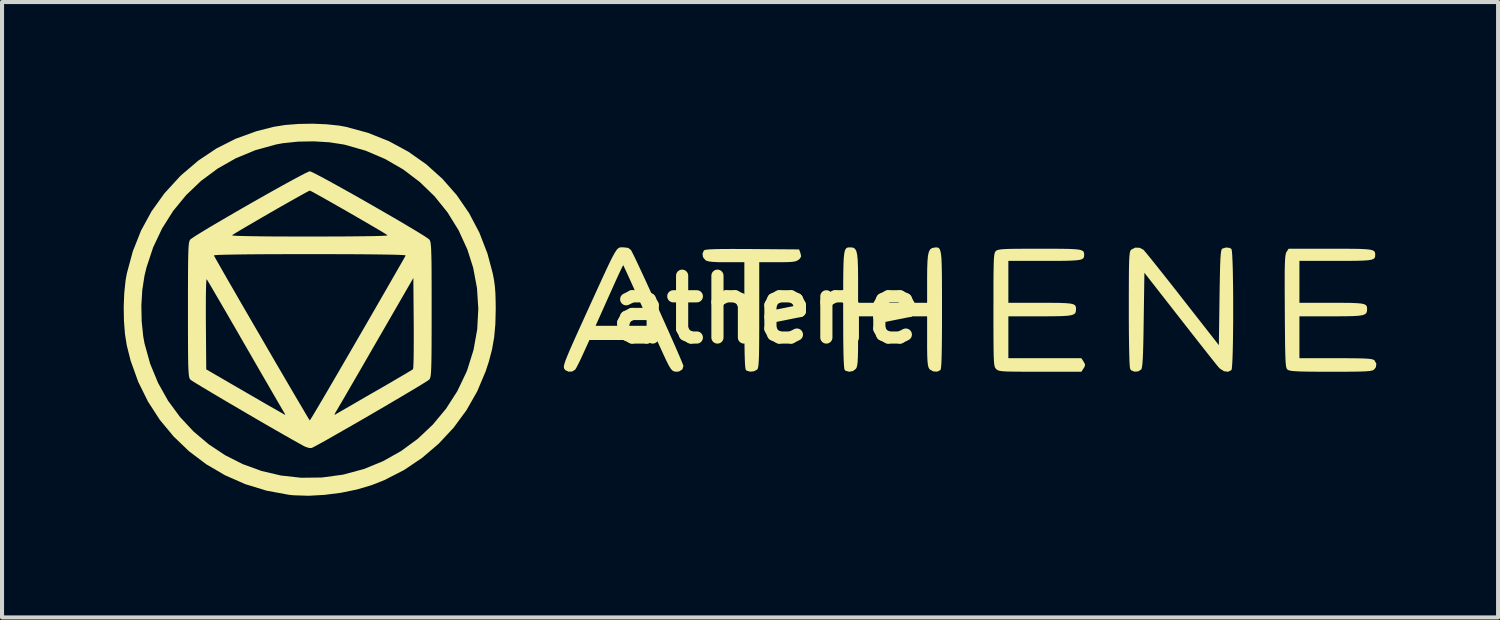
<source format=kicad_pcb>
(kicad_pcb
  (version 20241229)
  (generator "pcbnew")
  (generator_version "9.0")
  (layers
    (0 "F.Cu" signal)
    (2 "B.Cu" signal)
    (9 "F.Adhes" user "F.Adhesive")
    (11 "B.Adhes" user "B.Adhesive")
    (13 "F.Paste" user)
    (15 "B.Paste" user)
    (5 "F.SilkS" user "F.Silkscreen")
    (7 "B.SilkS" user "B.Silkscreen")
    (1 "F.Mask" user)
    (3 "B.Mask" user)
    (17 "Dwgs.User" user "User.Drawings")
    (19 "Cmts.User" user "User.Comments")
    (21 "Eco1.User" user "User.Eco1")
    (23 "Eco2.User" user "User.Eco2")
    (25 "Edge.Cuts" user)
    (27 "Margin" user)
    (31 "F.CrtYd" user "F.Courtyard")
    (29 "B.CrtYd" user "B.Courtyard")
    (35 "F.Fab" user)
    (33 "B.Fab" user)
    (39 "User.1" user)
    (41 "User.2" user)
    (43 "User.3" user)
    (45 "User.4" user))
  (footprint "athene"
    (layer "F.Cu")
    (at 15.836 4.582)
    (property "Reference" "athene" (at 0 0 0) (layer "F.SilkS") (effects (font (size 1.524 1.524) (thickness 0.3))))
    (attr through_hole)
    (fp_poly (pts (xy -0.527 -1.493) (xy -0.331 -1.492) (xy 0.816 -1.483) (xy 0.85 -1.388) (xy 0.866 -1.313) (xy 0.838 -1.259) (xy 0.805 -1.23) (xy 0.765 -1.204) (xy 0.712 -1.186) (xy 0.635 -1.175) (xy 0.52 -1.169) (xy 0.356 -1.167) (xy 0.28 -1.167) (xy -0.167 -1.167) (xy -0.167 0.131) (xy -0.167 0.464) (xy -0.168 0.736) (xy -0.17 0.955) (xy -0.173 1.125) (xy -0.178 1.254) (xy -0.184 1.347) (xy -0.192 1.411) (xy -0.202 1.452) (xy -0.215 1.476) (xy -0.219 1.481) (xy -0.298 1.522) (xy -0.395 1.531) (xy -0.479 1.505) (xy -0.494 1.493) (xy -0.505 1.464) (xy -0.514 1.397) (xy -0.521 1.287) (xy -0.526 1.131) (xy -0.53 0.923) (xy -0.533 0.66) (xy -0.534 0.337) (xy -0.534 0.143) (xy -0.534 -1.167) (xy -0.977 -1.167) (xy -1.172 -1.168) (xy -1.312 -1.175) (xy -1.407 -1.186) (xy -1.469 -1.204) (xy -1.495 -1.219) (xy -1.553 -1.291) (xy -1.566 -1.378) (xy -1.533 -1.454) (xy -1.523 -1.463) (xy -1.486 -1.474) (xy -1.402 -1.483) (xy -1.268 -1.489) (xy -1.08 -1.493) (xy -0.834 -1.494)) (stroke (width 0) (type solid)) (fill yes) (layer "F.SilkS"))
    (fp_poly (pts (xy 2.146 -1.527) (xy 2.191 -1.501) (xy 2.224 -1.449) (xy 2.246 -1.362) (xy 2.26 -1.234) (xy 2.267 -1.055) (xy 2.27 -0.819) (xy 2.27 -0.776) (xy 2.27 -0.167) (xy 3.972 -0.167) (xy 3.972 -0.758) (xy 3.974 -1.004) (xy 3.981 -1.191) (xy 3.993 -1.327) (xy 4.014 -1.42) (xy 4.044 -1.48) (xy 4.086 -1.512) (xy 4.142 -1.527) (xy 4.144 -1.527) (xy 4.189 -1.532) (xy 4.227 -1.53) (xy 4.258 -1.518) (xy 4.282 -1.489) (xy 4.301 -1.437) (xy 4.316 -1.357) (xy 4.326 -1.244) (xy 4.332 -1.092) (xy 4.336 -0.895) (xy 4.338 -0.648) (xy 4.339 -0.345) (xy 4.339 0.012) (xy 4.339 0.386) (xy 4.337 0.697) (xy 4.334 0.951) (xy 4.33 1.15) (xy 4.325 1.3) (xy 4.318 1.404) (xy 4.309 1.467) (xy 4.299 1.493) (xy 4.22 1.531) (xy 4.124 1.525) (xy 4.041 1.479) (xy 4.024 1.459) (xy 4.005 1.421) (xy 3.991 1.361) (xy 3.981 1.27) (xy 3.975 1.139) (xy 3.972 0.959) (xy 3.972 0.776) (xy 3.972 0.167) (xy 2.27 0.167) (xy 2.27 0.776) (xy 2.269 1.002) (xy 2.265 1.171) (xy 2.259 1.292) (xy 2.248 1.376) (xy 2.233 1.43) (xy 2.218 1.459) (xy 2.144 1.516) (xy 2.049 1.533) (xy 1.962 1.509) (xy 1.943 1.493) (xy 1.932 1.465) (xy 1.924 1.4) (xy 1.917 1.293) (xy 1.911 1.141) (xy 1.907 0.938) (xy 1.904 0.682) (xy 1.903 0.368) (xy 1.902 0.012) (xy 1.903 -0.348) (xy 1.903 -0.648) (xy 1.905 -0.893) (xy 1.909 -1.087) (xy 1.915 -1.238) (xy 1.925 -1.35) (xy 1.938 -1.43) (xy 1.957 -1.482) (xy 1.98 -1.513) (xy 2.009 -1.528) (xy 2.046 -1.533) (xy 2.087 -1.533)) (stroke (width 0) (type solid)) (fill yes) (layer "F.SilkS"))
    (fp_poly (pts (xy -3.531 -1.534) (xy -3.497 -1.533) (xy -3.396 -1.519) (xy -3.333 -1.471) (xy -3.324 -1.458) (xy -3.295 -1.403) (xy -3.242 -1.297) (xy -3.171 -1.147) (xy -3.084 -0.961) (xy -2.984 -0.746) (xy -2.876 -0.51) (xy -2.762 -0.259) (xy -2.645 -0.003) (xy -2.53 0.253) (xy -2.419 0.5) (xy -2.316 0.732) (xy -2.224 0.94) (xy -2.147 1.118) (xy -2.088 1.257) (xy -2.05 1.351) (xy -2.036 1.391) (xy -2.036 1.391) (xy -2.064 1.477) (xy -2.143 1.526) (xy -2.205 1.533) (xy -2.258 1.528) (xy -2.303 1.507) (xy -2.347 1.461) (xy -2.397 1.38) (xy -2.46 1.255) (xy -2.537 1.089) (xy -2.692 0.75) (xy -4.353 0.75) (xy -4.508 1.09) (xy -4.574 1.233) (xy -4.635 1.356) (xy -4.682 1.445) (xy -4.705 1.482) (xy -4.78 1.528) (xy -4.871 1.531) (xy -4.95 1.492) (xy -4.978 1.453) (xy -4.984 1.427) (xy -4.983 1.39) (xy -4.97 1.337) (xy -4.945 1.26) (xy -4.904 1.156) (xy -4.846 1.017) (xy -4.768 0.839) (xy -4.668 0.616) (xy -4.57 0.4) (xy -4.202 0.4) (xy -2.842 0.4) (xy -3.176 -0.341) (xy -3.269 -0.547) (xy -3.352 -0.732) (xy -3.423 -0.887) (xy -3.477 -1.004) (xy -3.51 -1.075) (xy -3.519 -1.092) (xy -3.536 -1.067) (xy -3.573 -0.993) (xy -3.627 -0.879) (xy -3.692 -0.737) (xy -3.705 -0.709) (xy -3.792 -0.514) (xy -3.89 -0.297) (xy -3.983 -0.088) (xy -4.041 0.042) (xy -4.202 0.4) (xy -4.57 0.4) (xy -4.544 0.343) (xy -4.439 0.111) (xy -4.276 -0.246) (xy -4.138 -0.548) (xy -4.023 -0.799) (xy -3.928 -1.004) (xy -3.851 -1.167) (xy -3.788 -1.293) (xy -3.737 -1.386) (xy -3.695 -1.453) (xy -3.66 -1.496) (xy -3.628 -1.521) (xy -3.598 -1.532) (xy -3.566 -1.535)) (stroke (width 0) (type solid)) (fill yes) (layer "F.SilkS"))
    (fp_poly (pts (xy 11.432 -1.52) (xy 11.475 -1.493) (xy 11.485 -1.451) (xy 11.494 -1.35) (xy 11.501 -1.199) (xy 11.508 -1.006) (xy 11.512 -0.78) (xy 11.516 -0.53) (xy 11.518 -0.263) (xy 11.518 0.012) (xy 11.518 0.286) (xy 11.515 0.552) (xy 11.512 0.8) (xy 11.507 1.024) (xy 11.501 1.213) (xy 11.493 1.36) (xy 11.484 1.457) (xy 11.475 1.493) (xy 11.392 1.534) (xy 11.292 1.52) (xy 11.191 1.456) (xy 11.16 1.424) (xy 11.119 1.375) (xy 11.042 1.279) (xy 10.934 1.143) (xy 10.799 0.972) (xy 10.643 0.774) (xy 10.47 0.554) (xy 10.286 0.318) (xy 10.197 0.204) (xy 9.329 -0.907) (xy 9.312 0.258) (xy 9.307 0.583) (xy 9.302 0.847) (xy 9.296 1.056) (xy 9.289 1.216) (xy 9.28 1.333) (xy 9.271 1.412) (xy 9.259 1.46) (xy 9.25 1.478) (xy 9.177 1.524) (xy 9.087 1.531) (xy 9.008 1.501) (xy 8.98 1.469) (xy 8.97 1.417) (xy 8.962 1.301) (xy 8.956 1.122) (xy 8.951 0.882) (xy 8.947 0.585) (xy 8.945 0.231) (xy 8.945 -0.009) (xy 8.945 -0.354) (xy 8.946 -0.639) (xy 8.947 -0.869) (xy 8.949 -1.051) (xy 8.953 -1.19) (xy 8.958 -1.294) (xy 8.965 -1.367) (xy 8.973 -1.417) (xy 8.984 -1.449) (xy 8.998 -1.47) (xy 9.006 -1.478) (xy 9.105 -1.527) (xy 9.216 -1.522) (xy 9.304 -1.475) (xy 9.338 -1.437) (xy 9.408 -1.352) (xy 9.511 -1.226) (xy 9.64 -1.064) (xy 9.792 -0.873) (xy 9.963 -0.657) (xy 10.147 -0.423) (xy 10.267 -0.269) (xy 11.165 0.878) (xy 11.181 -0.295) (xy 11.186 -0.613) (xy 11.191 -0.869) (xy 11.196 -1.072) (xy 11.202 -1.227) (xy 11.209 -1.34) (xy 11.218 -1.418) (xy 11.228 -1.467) (xy 11.24 -1.494) (xy 11.248 -1.501) (xy 11.34 -1.53)) (stroke (width 0) (type solid)) (fill yes) (layer "F.SilkS"))
    (fp_poly (pts (xy 7.046 -1.5) (xy 7.285 -1.498) (xy 7.471 -1.495) (xy 7.61 -1.488) (xy 7.71 -1.478) (xy 7.776 -1.462) (xy 7.816 -1.441) (xy 7.836 -1.414) (xy 7.843 -1.378) (xy 7.844 -1.35) (xy 7.841 -1.307) (xy 7.829 -1.273) (xy 7.8 -1.247) (xy 7.747 -1.228) (xy 7.663 -1.215) (xy 7.541 -1.207) (xy 7.374 -1.202) (xy 7.154 -1.2) (xy 6.874 -1.2) (xy 6.869 -1.2) (xy 5.975 -1.2) (xy 5.975 -0.167) (xy 6.769 -0.167) (xy 7.033 -0.166) (xy 7.238 -0.164) (xy 7.391 -0.158) (xy 7.5 -0.148) (xy 7.572 -0.132) (xy 7.615 -0.109) (xy 7.636 -0.078) (xy 7.643 -0.037) (xy 7.643 -0.012) (xy 7.64 0.041) (xy 7.626 0.083) (xy 7.594 0.114) (xy 7.535 0.137) (xy 7.443 0.152) (xy 7.31 0.161) (xy 7.129 0.165) (xy 6.892 0.167) (xy 6.756 0.167) (xy 5.975 0.167) (xy 5.975 1.2) (xy 7.775 1.2) (xy 7.83 1.283) (xy 7.865 1.349) (xy 7.86 1.4) (xy 7.83 1.45) (xy 7.775 1.533) (xy 6.758 1.533) (xy 6.47 1.533) (xy 6.242 1.532) (xy 6.065 1.53) (xy 5.933 1.527) (xy 5.837 1.521) (xy 5.772 1.513) (xy 5.728 1.502) (xy 5.699 1.488) (xy 5.677 1.469) (xy 5.674 1.467) (xy 5.658 1.448) (xy 5.644 1.424) (xy 5.634 1.389) (xy 5.625 1.336) (xy 5.619 1.259) (xy 5.614 1.151) (xy 5.611 1.007) (xy 5.609 0.821) (xy 5.608 0.585) (xy 5.607 0.294) (xy 5.607 0.005) (xy 5.608 -0.337) (xy 5.608 -0.619) (xy 5.609 -0.847) (xy 5.612 -1.026) (xy 5.615 -1.164) (xy 5.62 -1.266) (xy 5.627 -1.338) (xy 5.636 -1.386) (xy 5.647 -1.417) (xy 5.661 -1.437) (xy 5.668 -1.445) (xy 5.692 -1.461) (xy 5.729 -1.473) (xy 5.787 -1.483) (xy 5.872 -1.49) (xy 5.993 -1.495) (xy 6.156 -1.498) (xy 6.369 -1.499) (xy 6.639 -1.5) (xy 6.746 -1.5)) (stroke (width 0) (type solid)) (fill yes) (layer "F.SilkS"))
    (fp_poly (pts (xy 14.213 -1.5) (xy 14.454 -1.498) (xy 14.641 -1.495) (xy 14.782 -1.488) (xy 14.883 -1.478) (xy 14.95 -1.463) (xy 14.991 -1.442) (xy 15.011 -1.415) (xy 15.019 -1.38) (xy 15.02 -1.35) (xy 15.017 -1.307) (xy 15.005 -1.273) (xy 14.976 -1.247) (xy 14.923 -1.228) (xy 14.839 -1.215) (xy 14.717 -1.207) (xy 14.55 -1.202) (xy 14.33 -1.2) (xy 14.05 -1.2) (xy 14.045 -1.2) (xy 13.151 -1.2) (xy 13.151 -0.167) (xy 13.945 -0.167) (xy 14.209 -0.166) (xy 14.414 -0.164) (xy 14.567 -0.158) (xy 14.676 -0.148) (xy 14.748 -0.132) (xy 14.791 -0.109) (xy 14.812 -0.078) (xy 14.819 -0.037) (xy 14.819 -0.012) (xy 14.816 0.041) (xy 14.802 0.083) (xy 14.77 0.114) (xy 14.711 0.137) (xy 14.619 0.152) (xy 14.486 0.161) (xy 14.305 0.165) (xy 14.068 0.167) (xy 13.933 0.167) (xy 13.151 0.167) (xy 13.151 1.2) (xy 14.049 1.2) (xy 14.323 1.2) (xy 14.538 1.202) (xy 14.701 1.205) (xy 14.82 1.211) (xy 14.902 1.218) (xy 14.956 1.229) (xy 14.989 1.243) (xy 15.001 1.252) (xy 15.049 1.339) (xy 15.033 1.428) (xy 14.992 1.478) (xy 14.968 1.494) (xy 14.931 1.507) (xy 14.873 1.516) (xy 14.787 1.523) (xy 14.665 1.528) (xy 14.501 1.531) (xy 14.286 1.533) (xy 14.014 1.533) (xy 13.93 1.533) (xy 13.634 1.533) (xy 13.397 1.531) (xy 13.214 1.528) (xy 13.077 1.522) (xy 12.979 1.515) (xy 12.914 1.505) (xy 12.875 1.492) (xy 12.865 1.486) (xy 12.849 1.472) (xy 12.836 1.451) (xy 12.825 1.417) (xy 12.817 1.363) (xy 12.81 1.284) (xy 12.805 1.174) (xy 12.801 1.026) (xy 12.797 0.834) (xy 12.795 0.592) (xy 12.792 0.293) (xy 12.791 0.048) (xy 12.789 -0.298) (xy 12.788 -0.584) (xy 12.788 -0.816) (xy 12.789 -0.999) (xy 12.793 -1.14) (xy 12.798 -1.245) (xy 12.805 -1.321) (xy 12.814 -1.372) (xy 12.825 -1.406) (xy 12.833 -1.421) (xy 12.885 -1.5) (xy 13.912 -1.5)) (stroke (width 0) (type solid)) (fill yes) (layer "F.SilkS"))
    (fp_poly (pts (xy -10.836 -4.568) (xy -10.522 -4.535) (xy -10.357 -4.505) (xy -9.81 -4.356) (xy -9.295 -4.15) (xy -8.817 -3.891) (xy -8.377 -3.581) (xy -7.979 -3.224) (xy -7.626 -2.822) (xy -7.321 -2.378) (xy -7.067 -1.896) (xy -6.867 -1.378) (xy -6.737 -0.89) (xy -6.706 -0.729) (xy -6.685 -0.574) (xy -6.672 -0.404) (xy -6.666 -0.201) (xy -6.664 0) (xy -6.673 0.362) (xy -6.702 0.683) (xy -6.755 0.984) (xy -6.835 1.288) (xy -6.912 1.523) (xy -7.121 2.018) (xy -7.386 2.483) (xy -7.704 2.915) (xy -8.07 3.307) (xy -8.478 3.656) (xy -8.924 3.956) (xy -9.403 4.202) (xy -9.723 4.329) (xy -10.084 4.436) (xy -10.478 4.517) (xy -10.883 4.569) (xy -11.279 4.591) (xy -11.647 4.579) (xy -11.762 4.567) (xy -12.315 4.465) (xy -12.841 4.304) (xy -13.337 4.086) (xy -13.798 3.816) (xy -14.223 3.496) (xy -14.606 3.129) (xy -14.946 2.719) (xy -15.238 2.268) (xy -15.479 1.78) (xy -15.666 1.258) (xy -15.759 0.89) (xy -15.805 0.603) (xy -15.83 0.275) (xy -15.836 -0.07) (xy -15.835 -0.1) (xy -15.401 -0.1) (xy -15.393 0.289) (xy -15.355 0.659) (xy -15.324 0.831) (xy -15.184 1.336) (xy -14.989 1.809) (xy -14.743 2.247) (xy -14.45 2.646) (xy -14.115 3.006) (xy -13.742 3.321) (xy -13.336 3.591) (xy -12.901 3.811) (xy -12.44 3.979) (xy -11.96 4.092) (xy -11.463 4.147) (xy -10.954 4.141) (xy -10.438 4.072) (xy -10.411 4.066) (xy -9.912 3.931) (xy -9.439 3.737) (xy -8.995 3.487) (xy -8.585 3.186) (xy -8.215 2.837) (xy -7.889 2.445) (xy -7.612 2.014) (xy -7.389 1.547) (xy -7.363 1.481) (xy -7.211 0.995) (xy -7.121 0.492) (xy -7.093 -0.019) (xy -7.126 -0.53) (xy -7.22 -1.032) (xy -7.363 -1.481) (xy -7.58 -1.955) (xy -7.851 -2.394) (xy -8.172 -2.792) (xy -8.539 -3.147) (xy -8.946 -3.455) (xy -9.391 -3.712) (xy -9.869 -3.916) (xy -10.375 -4.061) (xy -10.416 -4.07) (xy -10.766 -4.124) (xy -11.148 -4.147) (xy -11.538 -4.14) (xy -11.908 -4.102) (xy -12.08 -4.07) (xy -12.591 -3.929) (xy -13.072 -3.73) (xy -13.518 -3.477) (xy -13.927 -3.174) (xy -14.294 -2.825) (xy -14.616 -2.433) (xy -14.889 -2.001) (xy -15.11 -1.534) (xy -15.275 -1.036) (xy -15.324 -0.831) (xy -15.378 -0.482) (xy -15.401 -0.1) (xy -15.835 -0.1) (xy -15.822 -0.411) (xy -15.789 -0.725) (xy -15.759 -0.89) (xy -15.611 -1.437) (xy -15.408 -1.948) (xy -15.149 -2.423) (xy -14.832 -2.865) (xy -14.457 -3.275) (xy -14.412 -3.319) (xy -13.995 -3.674) (xy -13.551 -3.971) (xy -13.076 -4.211) (xy -12.564 -4.397) (xy -12.139 -4.505) (xy -11.852 -4.551) (xy -11.524 -4.576) (xy -11.178 -4.582)) (stroke (width 0) (type solid)) (fill yes) (layer "F.SilkS"))
    (fp_poly (pts (xy -11.204 -3.393) (xy -11.108 -3.346) (xy -10.97 -3.274) (xy -10.794 -3.179) (xy -10.589 -3.066) (xy -10.36 -2.939) (xy -10.116 -2.802) (xy -9.862 -2.658) (xy -9.606 -2.511) (xy -9.355 -2.366) (xy -9.114 -2.227) (xy -8.893 -2.097) (xy -8.696 -1.979) (xy -8.532 -1.88) (xy -8.406 -1.801) (xy -8.327 -1.747) (xy -8.303 -1.727) (xy -8.289 -1.708) (xy -8.278 -1.679) (xy -8.269 -1.636) (xy -8.262 -1.573) (xy -8.256 -1.484) (xy -8.252 -1.364) (xy -8.248 -1.206) (xy -8.246 -1.006) (xy -8.245 -0.757) (xy -8.244 -0.454) (xy -8.244 -0.091) (xy -8.244 -0.000001) (xy -8.244 0.377) (xy -8.245 0.693) (xy -8.246 0.954) (xy -8.248 1.165) (xy -8.251 1.332) (xy -8.255 1.46) (xy -8.26 1.556) (xy -8.267 1.624) (xy -8.276 1.671) (xy -8.287 1.702) (xy -8.299 1.723) (xy -8.303 1.726) (xy -8.341 1.754) (xy -8.43 1.81) (xy -8.563 1.892) (xy -8.734 1.994) (xy -8.935 2.114) (xy -9.159 2.246) (xy -9.4 2.388) (xy -9.651 2.534) (xy -9.905 2.682) (xy -10.155 2.826) (xy -10.394 2.963) (xy -10.615 3.089) (xy -10.811 3.201) (xy -10.976 3.293) (xy -11.102 3.362) (xy -11.183 3.404) (xy -11.207 3.414) (xy -11.273 3.411) (xy -11.363 3.381) (xy -11.385 3.37) (xy -11.511 3.301) (xy -11.675 3.209) (xy -11.87 3.098) (xy -12.091 2.972) (xy -12.329 2.835) (xy -12.579 2.69) (xy -12.832 2.542) (xy -13.083 2.395) (xy -13.325 2.253) (xy -13.55 2.12) (xy -13.752 2) (xy -13.925 1.896) (xy -14.06 1.814) (xy -14.152 1.756) (xy -14.193 1.727) (xy -14.194 1.726) (xy -14.207 1.707) (xy -14.218 1.679) (xy -14.227 1.636) (xy -14.234 1.573) (xy -14.24 1.484) (xy -14.245 1.364) (xy -14.248 1.206) (xy -14.25 1.006) (xy -14.251 0.757) (xy -14.252 0.454) (xy -14.252 0.091) (xy -14.252 -0.000001) (xy -14.252 -0.105) (xy -13.811 -0.105) (xy -13.811 0.144) (xy -13.81 0.347) (xy -13.801 1.475) (xy -12.834 2.036) (xy -12.603 2.169) (xy -12.392 2.292) (xy -12.206 2.399) (xy -12.052 2.486) (xy -11.938 2.551) (xy -11.87 2.59) (xy -11.853 2.598) (xy -11.86 2.576) (xy -11.889 2.525) (xy -11.915 2.483) (xy -11.97 2.388) (xy -12.052 2.247) (xy -12.158 2.064) (xy -12.284 1.846) (xy -12.428 1.598) (xy -12.585 1.326) (xy -12.753 1.034) (xy -12.85 0.867) (xy -13.021 0.569) (xy -13.184 0.288) (xy -13.333 0.03) (xy -13.467 -0.2) (xy -13.582 -0.397) (xy -13.675 -0.556) (xy -13.742 -0.67) (xy -13.782 -0.736) (xy -13.791 -0.749) (xy -13.797 -0.725) (xy -13.803 -0.641) (xy -13.807 -0.505) (xy -13.81 -0.324) (xy -13.811 -0.105) (xy -14.252 -0.105) (xy -14.252 -0.377) (xy -14.251 -0.693) (xy -14.25 -0.954) (xy -14.248 -1.165) (xy -14.245 -1.332) (xy -14.245 -1.335) (xy -13.612 -1.335) (xy -13.593 -1.297) (xy -13.543 -1.208) (xy -13.466 -1.073) (xy -13.367 -0.899) (xy -13.247 -0.69) (xy -13.11 -0.453) (xy -12.96 -0.192) (xy -12.799 0.085) (xy -12.631 0.375) (xy -12.459 0.67) (xy -12.287 0.967) (xy -12.118 1.258) (xy -11.954 1.538) (xy -11.8 1.802) (xy -11.658 2.044) (xy -11.532 2.259) (xy -11.425 2.44) (xy -11.341 2.583) (xy -11.282 2.681) (xy -11.251 2.729) (xy -11.248 2.733) (xy -11.229 2.705) (xy -11.179 2.624) (xy -11.154 2.583) (xy -10.638 2.583) (xy -10.632 2.595) (xy -10.631 2.594) (xy -10.595 2.573) (xy -10.508 2.522) (xy -10.377 2.447) (xy -10.211 2.351) (xy -10.015 2.237) (xy -9.797 2.111) (xy -9.663 2.034) (xy -9.435 1.903) (xy -9.226 1.782) (xy -9.043 1.674) (xy -8.892 1.586) (xy -8.781 1.519) (xy -8.716 1.48) (xy -8.703 1.471) (xy -8.697 1.432) (xy -8.692 1.336) (xy -8.688 1.188) (xy -8.686 0.998) (xy -8.685 0.773) (xy -8.685 0.52) (xy -8.686 0.334) (xy -8.695 -0.778) (xy -9.627 0.836) (xy -9.802 1.139) (xy -9.967 1.425) (xy -10.121 1.691) (xy -10.26 1.93) (xy -10.38 2.138) (xy -10.479 2.307) (xy -10.553 2.433) (xy -10.598 2.511) (xy -10.611 2.532) (xy -10.638 2.583) (xy -11.154 2.583) (xy -11.101 2.494) (xy -10.998 2.32) (xy -10.873 2.108) (xy -10.728 1.86) (xy -10.566 1.582) (xy -10.39 1.279) (xy -10.202 0.956) (xy -10.063 0.715) (xy -9.868 0.379) (xy -9.683 0.059) (xy -9.511 -0.24) (xy -9.354 -0.512) (xy -9.215 -0.754) (xy -9.097 -0.96) (xy -9.002 -1.125) (xy -8.933 -1.246) (xy -8.893 -1.317) (xy -8.884 -1.335) (xy -8.915 -1.341) (xy -9.01 -1.347) (xy -9.166 -1.352) (xy -9.383 -1.356) (xy -9.657 -1.36) (xy -9.985 -1.363) (xy -10.366 -1.365) (xy -10.796 -1.366) (xy -11.248 -1.367) (xy -11.724 -1.366) (xy -12.152 -1.365) (xy -12.53 -1.363) (xy -12.855 -1.36) (xy -13.126 -1.356) (xy -13.339 -1.352) (xy -13.493 -1.347) (xy -13.585 -1.341) (xy -13.612 -1.335) (xy -14.245 -1.335) (xy -14.241 -1.46) (xy -14.236 -1.556) (xy -14.229 -1.624) (xy -14.22 -1.671) (xy -14.21 -1.702) (xy -14.197 -1.723) (xy -14.194 -1.727) (xy -14.149 -1.761) (xy -14.055 -1.823) (xy -14.042 -1.831) (xy -13.166 -1.831) (xy -13.14 -1.824) (xy -13.05 -1.818) (xy -12.9 -1.813) (xy -12.692 -1.809) (xy -12.429 -1.805) (xy -12.115 -1.802) (xy -11.751 -1.801) (xy -11.342 -1.8) (xy -11.248 -1.8) (xy -10.829 -1.801) (xy -10.456 -1.802) (xy -10.13 -1.805) (xy -9.856 -1.808) (xy -9.636 -1.812) (xy -9.473 -1.817) (xy -9.37 -1.823) (xy -9.331 -1.83) (xy -9.331 -1.831) (xy -9.368 -1.857) (xy -9.455 -1.91) (xy -9.582 -1.986) (xy -9.741 -2.079) (xy -9.923 -2.185) (xy -10.121 -2.3) (xy -10.326 -2.418) (xy -10.529 -2.534) (xy -10.722 -2.644) (xy -10.897 -2.743) (xy -11.046 -2.826) (xy -11.159 -2.889) (xy -11.229 -2.925) (xy -11.248 -2.933) (xy -11.283 -2.917) (xy -11.367 -2.872) (xy -11.492 -2.803) (xy -11.649 -2.715) (xy -11.831 -2.612) (xy -12.028 -2.5) (xy -12.233 -2.382) (xy -12.436 -2.265) (xy -12.63 -2.152) (xy -12.806 -2.049) (xy -12.956 -1.961) (xy -13.072 -1.891) (xy -13.145 -1.846) (xy -13.166 -1.831) (xy -14.042 -1.831) (xy -13.916 -1.909) (xy -13.741 -2.015) (xy -13.536 -2.136) (xy -13.307 -2.27) (xy -13.063 -2.412) (xy -12.809 -2.558) (xy -12.553 -2.704) (xy -12.302 -2.846) (xy -12.062 -2.981) (xy -11.84 -3.104) (xy -11.643 -3.211) (xy -11.478 -3.299) (xy -11.353 -3.364) (xy -11.273 -3.401) (xy -11.248 -3.409)) (stroke (width 0) (type solid)) (fill yes) (layer "F.SilkS")))
  (gr_rect
    (start -3 -3)
    (end 33.885 12.173)
    (stroke (width 0.1) (type default))
    (fill no)
    (layer "Edge.Cuts")))
</source>
